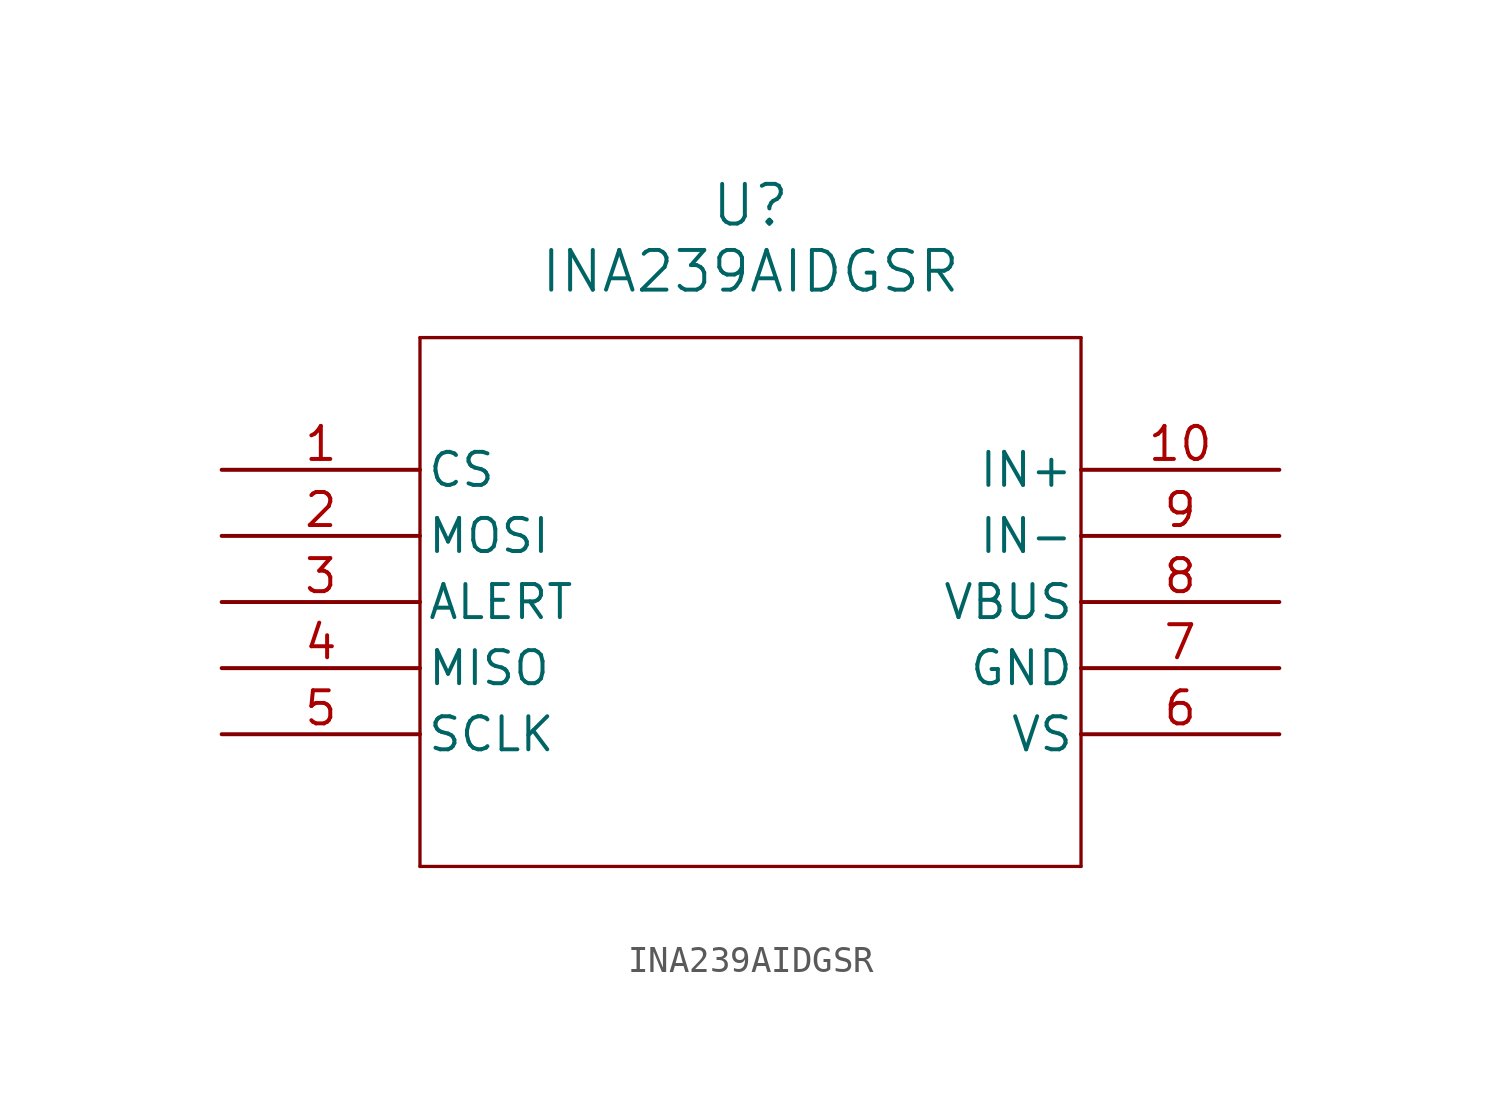
<source format=kicad_sym>
(kicad_symbol_lib
  (version 20211014)
  (generator kicad_symbol_editor)
  (symbol "INA239AIDGSR"
    (pin_names
      (offset 0.254))
    (property "Reference" "U"
      (at 20.32 10.16 0)
      (effects (font (size 1.524 1.524))))
    (property "Value" "INA239AIDGSR"
      (at 20.32 7.62 0)
      (effects (font (size 1.524 1.524))))
    (symbol "INA239AIDGSR_0_1"
      (polyline (pts (xy 7.62 5.08) (xy 7.62 -15.24)) (stroke (width 0.127) (type default) (color 0 0 0 0)) (fill (type none)))
      (polyline (pts (xy 7.62 -15.24) (xy 33.02 -15.24)) (stroke (width 0.127) (type default) (color 0 0 0 0)) (fill (type none)))
      (polyline (pts (xy 33.02 -15.24) (xy 33.02 5.08)) (stroke (width 0.127) (type default) (color 0 0 0 0)) (fill (type none)))
      (polyline (pts (xy 33.02 5.08) (xy 7.62 5.08)) (stroke (width 0.127) (type default) (color 0 0 0 0)) (fill (type none)))
      (pin unspecified line (at 0 0 0) (length 7.62) (name "CS" (effects (font (size 1.27 1.27)))) (number "1" (effects (font (size 1.27 1.27)))))
      (pin unspecified line (at 0 -2.54 0) (length 7.62) (name "MOSI" (effects (font (size 1.27 1.27)))) (number "2" (effects (font (size 1.27 1.27)))))
      (pin unspecified line (at 0 -5.08 0) (length 7.62) (name "ALERT" (effects (font (size 1.27 1.27)))) (number "3" (effects (font (size 1.27 1.27)))))
      (pin unspecified line (at 0 -7.62 0) (length 7.62) (name "MISO" (effects (font (size 1.27 1.27)))) (number "4" (effects (font (size 1.27 1.27)))))
      (pin unspecified line (at 0 -10.16 0) (length 7.62) (name "SCLK" (effects (font (size 1.27 1.27)))) (number "5" (effects (font (size 1.27 1.27)))))
      (pin unspecified line (at 40.64 -10.16 180) (length 7.62) (name "VS" (effects (font (size 1.27 1.27)))) (number "6" (effects (font (size 1.27 1.27)))))
      (pin power_out line (at 40.64 -7.62 180) (length 7.62) (name "GND" (effects (font (size 1.27 1.27)))) (number "7" (effects (font (size 1.27 1.27)))))
      (pin unspecified line (at 40.64 -5.08 180) (length 7.62) (name "VBUS" (effects (font (size 1.27 1.27)))) (number "8" (effects (font (size 1.27 1.27)))))
      (pin input line (at 40.64 -2.54 180) (length 7.62) (name "IN-" (effects (font (size 1.27 1.27)))) (number "9" (effects (font (size 1.27 1.27)))))
      (pin input line (at 40.64 0 180) (length 7.62) (name "IN+" (effects (font (size 1.27 1.27)))) (number "10" (effects (font (size 1.27 1.27))))))))
</source>
